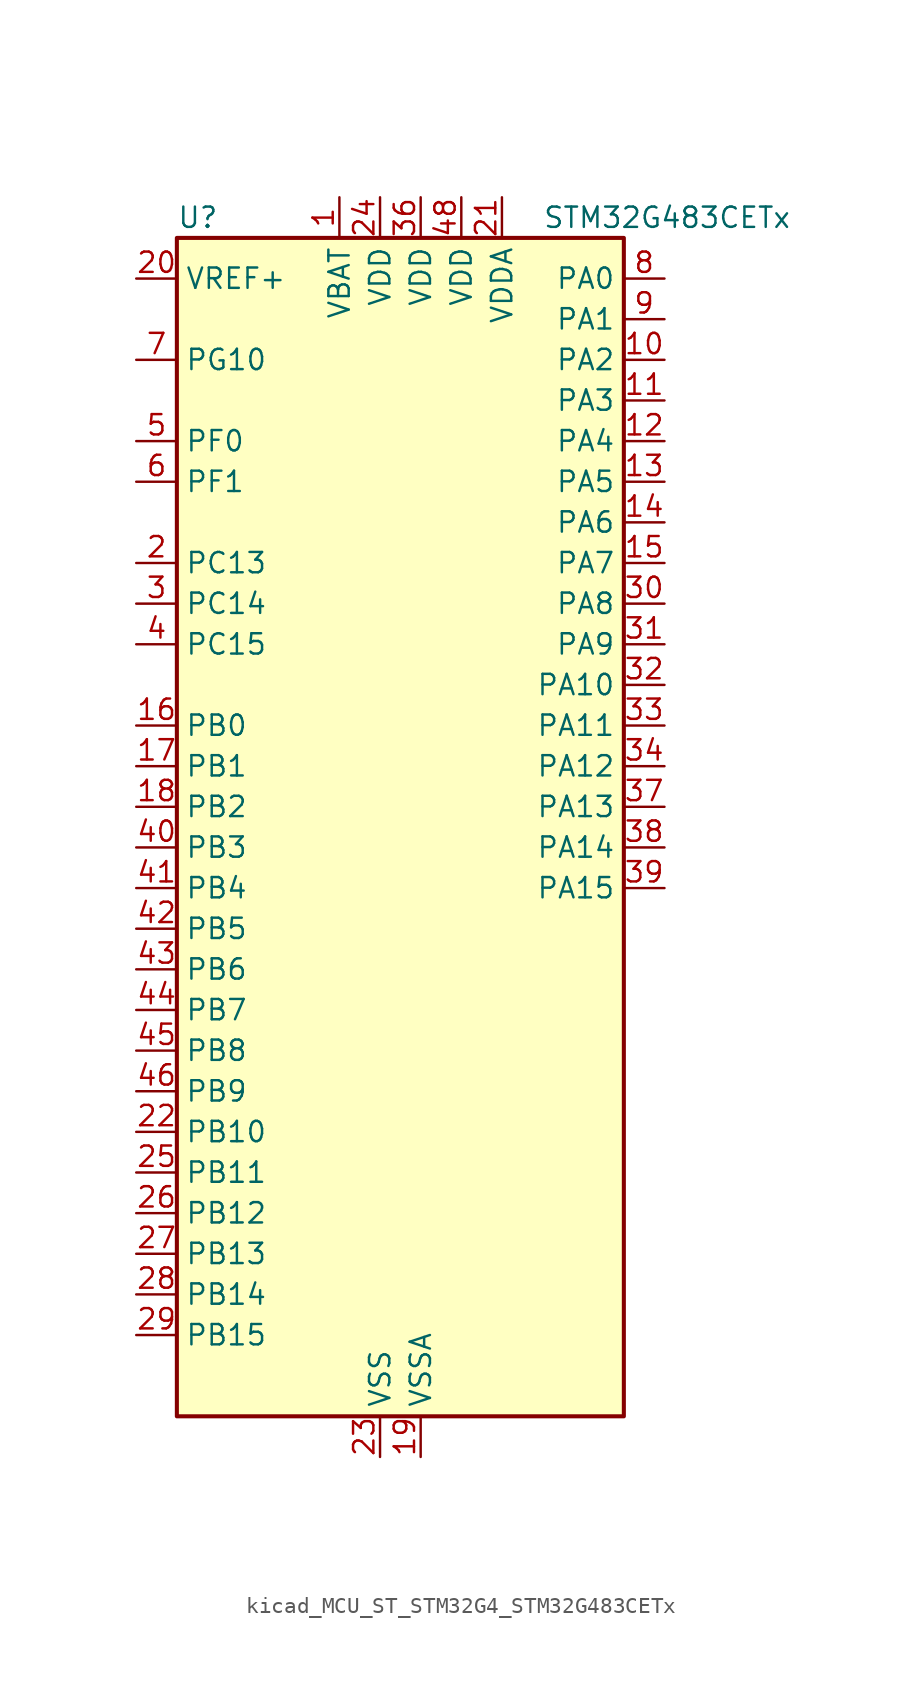
<source format=kicad_sym>
(kicad_symbol_lib
  (version 20220914)
  (generator kicad_symbol_editor)
  (symbol "kicad_MCU_ST_STM32G4_STM32G483CETx"
    (property "Reference" "U"
      (at -12.7 39.37 0)
      (effects (font (size 1.27 1.27)) (justify left)))
    (property "Value" "STM32G483CETx"
      (at 10.16 39.37 0)
      (effects (font (size 1.27 1.27)) (justify left)))
    (property "ki_locked" ""
      (at 0 0 0)
      (effects (font (size 1.27 1.27))))
    (symbol "kicad_MCU_ST_STM32G4_STM32G483CETx_0_1"
      (rectangle (start -12.7 -35.56) (end 15.24 38.1) (stroke (width 0.254) (type default)) (fill (type background))))
    (symbol "kicad_MCU_ST_STM32G4_STM32G483CETx_1_1"
      (pin power_in line (at -2.54 40.64 270) (length 2.54) (name "VBAT" (effects (font (size 1.27 1.27)))) (number "1" (effects (font (size 1.27 1.27)))))
      (pin bidirectional line (at 17.78 30.48 180) (length 2.54) (name "PA2" (effects (font (size 1.27 1.27)))) (number "10" (effects (font (size 1.27 1.27)))) (alternate "ADC1_IN3" bidirectional line) (alternate "ADC3_EXTI2" bidirectional line) (alternate "ADC4_EXTI2" bidirectional line) (alternate "ADC5_EXTI2" bidirectional line) (alternate "COMP2_INM" bidirectional line) (alternate "COMP2_OUT" bidirectional line) (alternate "LPUART1_TX" bidirectional line) (alternate "OPAMP1_VOUT" bidirectional line) (alternate "QUADSPI1_BK1_NCS" bidirectional line) (alternate "RCC_LSCO" bidirectional line) (alternate "SYS_WKUP4" bidirectional line) (alternate "TIM15_CH1" bidirectional line) (alternate "TIM2_CH3" bidirectional line) (alternate "TIM5_CH3" bidirectional line) (alternate "UCPD1_FRSTX1" bidirectional line) (alternate "UCPD1_FRSTX2" bidirectional line) (alternate "USART2_TX" bidirectional line))
      (pin bidirectional line (at 17.78 27.94 180) (length 2.54) (name "PA3" (effects (font (size 1.27 1.27)))) (number "11" (effects (font (size 1.27 1.27)))) (alternate "ADC1_IN4" bidirectional line) (alternate "ADC3_EXTI3" bidirectional line) (alternate "ADC4_EXTI3" bidirectional line) (alternate "ADC5_EXTI3" bidirectional line) (alternate "COMP2_INP" bidirectional line) (alternate "LPUART1_RX" bidirectional line) (alternate "OPAMP1_VINM" bidirectional line) (alternate "OPAMP1_VINM0" bidirectional line) (alternate "OPAMP1_VINM_SEC" bidirectional line) (alternate "OPAMP1_VINP" bidirectional line) (alternate "OPAMP1_VINP_SEC" bidirectional line) (alternate "OPAMP5_VINM" bidirectional line) (alternate "OPAMP5_VINM1" bidirectional line) (alternate "OPAMP5_VINM_SEC" bidirectional line) (alternate "QUADSPI1_CLK" bidirectional line) (alternate "SAI1_CK1" bidirectional line) (alternate "SAI1_MCLK_A" bidirectional line) (alternate "TIM15_CH2" bidirectional line) (alternate "TIM2_CH4" bidirectional line) (alternate "TIM5_CH4" bidirectional line) (alternate "USART2_RX" bidirectional line))
      (pin bidirectional line (at 17.78 25.4 180) (length 2.54) (name "PA4" (effects (font (size 1.27 1.27)))) (number "12" (effects (font (size 1.27 1.27)))) (alternate "ADC2_IN17" bidirectional line) (alternate "COMP1_INM" bidirectional line) (alternate "DAC1_OUT1" bidirectional line) (alternate "I2S3_WS" bidirectional line) (alternate "SAI1_FS_B" bidirectional line) (alternate "SPI1_NSS" bidirectional line) (alternate "SPI3_NSS" bidirectional line) (alternate "TIM3_CH2" bidirectional line) (alternate "USART2_CK" bidirectional line))
      (pin bidirectional line (at 17.78 22.86 180) (length 2.54) (name "PA5" (effects (font (size 1.27 1.27)))) (number "13" (effects (font (size 1.27 1.27)))) (alternate "ADC2_IN13" bidirectional line) (alternate "COMP2_INM" bidirectional line) (alternate "DAC1_OUT2" bidirectional line) (alternate "OPAMP2_VINM" bidirectional line) (alternate "OPAMP2_VINM0" bidirectional line) (alternate "OPAMP2_VINM_SEC" bidirectional line) (alternate "SPI1_SCK" bidirectional line) (alternate "TIM2_CH1" bidirectional line) (alternate "TIM2_ETR" bidirectional line) (alternate "UCPD1_FRSTX1" bidirectional line) (alternate "UCPD1_FRSTX2" bidirectional line))
      (pin bidirectional line (at 17.78 20.32 180) (length 2.54) (name "PA6" (effects (font (size 1.27 1.27)))) (number "14" (effects (font (size 1.27 1.27)))) (alternate "ADC2_IN3" bidirectional line) (alternate "COMP1_OUT" bidirectional line) (alternate "DAC2_OUT1" bidirectional line) (alternate "LPUART1_CTS" bidirectional line) (alternate "OPAMP2_VOUT" bidirectional line) (alternate "QUADSPI1_BK1_IO3" bidirectional line) (alternate "SPI1_MISO" bidirectional line) (alternate "TIM16_CH1" bidirectional line) (alternate "TIM1_BKIN" bidirectional line) (alternate "TIM3_CH1" bidirectional line) (alternate "TIM8_BKIN" bidirectional line))
      (pin bidirectional line (at 17.78 17.78 180) (length 2.54) (name "PA7" (effects (font (size 1.27 1.27)))) (number "15" (effects (font (size 1.27 1.27)))) (alternate "ADC2_IN4" bidirectional line) (alternate "COMP2_INP" bidirectional line) (alternate "COMP2_OUT" bidirectional line) (alternate "OPAMP1_VINP" bidirectional line) (alternate "OPAMP1_VINP_SEC" bidirectional line) (alternate "OPAMP2_VINP" bidirectional line) (alternate "OPAMP2_VINP_SEC" bidirectional line) (alternate "QUADSPI1_BK1_IO2" bidirectional line) (alternate "SPI1_MOSI" bidirectional line) (alternate "TIM17_CH1" bidirectional line) (alternate "TIM1_CH1N" bidirectional line) (alternate "TIM3_CH2" bidirectional line) (alternate "TIM8_CH1N" bidirectional line) (alternate "UCPD1_FRSTX1" bidirectional line) (alternate "UCPD1_FRSTX2" bidirectional line))
      (pin bidirectional line (at -15.24 7.62 0) (length 2.54) (name "PB0" (effects (font (size 1.27 1.27)))) (number "16" (effects (font (size 1.27 1.27)))) (alternate "ADC1_IN15" bidirectional line) (alternate "ADC3_IN12" bidirectional line) (alternate "COMP4_INP" bidirectional line) (alternate "OPAMP2_VINP" bidirectional line) (alternate "OPAMP2_VINP_SEC" bidirectional line) (alternate "OPAMP3_VINP" bidirectional line) (alternate "OPAMP3_VINP_SEC" bidirectional line) (alternate "QUADSPI1_BK1_IO1" bidirectional line) (alternate "TIM1_CH2N" bidirectional line) (alternate "TIM3_CH3" bidirectional line) (alternate "TIM8_CH2N" bidirectional line) (alternate "UCPD1_FRSTX1" bidirectional line) (alternate "UCPD1_FRSTX2" bidirectional line))
      (pin bidirectional line (at -15.24 5.08 0) (length 2.54) (name "PB1" (effects (font (size 1.27 1.27)))) (number "17" (effects (font (size 1.27 1.27)))) (alternate "ADC1_IN12" bidirectional line) (alternate "ADC3_IN1" bidirectional line) (alternate "COMP1_INP" bidirectional line) (alternate "COMP4_OUT" bidirectional line) (alternate "LPUART1_DE" bidirectional line) (alternate "LPUART1_RTS" bidirectional line) (alternate "OPAMP3_VOUT" bidirectional line) (alternate "OPAMP6_VINM" bidirectional line) (alternate "OPAMP6_VINM1" bidirectional line) (alternate "OPAMP6_VINM_SEC" bidirectional line) (alternate "QUADSPI1_BK1_IO0" bidirectional line) (alternate "TIM1_CH3N" bidirectional line) (alternate "TIM3_CH4" bidirectional line) (alternate "TIM8_CH3N" bidirectional line))
      (pin bidirectional line (at -15.24 2.54 0) (length 2.54) (name "PB2" (effects (font (size 1.27 1.27)))) (number "18" (effects (font (size 1.27 1.27)))) (alternate "ADC2_IN12" bidirectional line) (alternate "ADC3_EXTI2" bidirectional line) (alternate "ADC4_EXTI2" bidirectional line) (alternate "ADC5_EXTI2" bidirectional line) (alternate "COMP4_INM" bidirectional line) (alternate "I2C3_SMBA" bidirectional line) (alternate "LPTIM1_OUT" bidirectional line) (alternate "OPAMP3_VINM" bidirectional line) (alternate "OPAMP3_VINM0" bidirectional line) (alternate "OPAMP3_VINM_SEC" bidirectional line) (alternate "QUADSPI1_BK2_IO1" bidirectional line) (alternate "RTC_OUT2" bidirectional line) (alternate "TIM20_CH1" bidirectional line) (alternate "TIM5_CH1" bidirectional line))
      (pin power_in line (at 2.54 -38.1 90) (length 2.54) (name "VSSA" (effects (font (size 1.27 1.27)))) (number "19" (effects (font (size 1.27 1.27)))))
      (pin bidirectional line (at -15.24 17.78 0) (length 2.54) (name "PC13" (effects (font (size 1.27 1.27)))) (number "2" (effects (font (size 1.27 1.27)))) (alternate "RTC_OUT1" bidirectional line) (alternate "RTC_TAMP1" bidirectional line) (alternate "RTC_TS" bidirectional line) (alternate "SYS_WKUP2" bidirectional line) (alternate "TIM1_BKIN" bidirectional line) (alternate "TIM1_CH1N" bidirectional line) (alternate "TIM8_CH4N" bidirectional line))
      (pin input line (at -15.24 35.56 0) (length 2.54) (name "VREF+" (effects (font (size 1.27 1.27)))) (number "20" (effects (font (size 1.27 1.27)))) (alternate "VREFBUF_OUT" bidirectional line))
      (pin power_in line (at 7.62 40.64 270) (length 2.54) (name "VDDA" (effects (font (size 1.27 1.27)))) (number "21" (effects (font (size 1.27 1.27)))))
      (pin bidirectional line (at -15.24 -17.78 0) (length 2.54) (name "PB10" (effects (font (size 1.27 1.27)))) (number "22" (effects (font (size 1.27 1.27)))) (alternate "COMP5_INM" bidirectional line) (alternate "DAC1_EXTI10" bidirectional line) (alternate "DAC2_EXTI10" bidirectional line) (alternate "DAC3_EXTI10" bidirectional line) (alternate "DAC4_EXTI10" bidirectional line) (alternate "LPUART1_RX" bidirectional line) (alternate "OPAMP3_VINM" bidirectional line) (alternate "OPAMP3_VINM1" bidirectional line) (alternate "OPAMP3_VINM_SEC" bidirectional line) (alternate "OPAMP4_VINM" bidirectional line) (alternate "OPAMP4_VINM0" bidirectional line) (alternate "OPAMP4_VINM_SEC" bidirectional line) (alternate "QUADSPI1_CLK" bidirectional line) (alternate "SAI1_SCK_A" bidirectional line) (alternate "TIM1_BKIN" bidirectional line) (alternate "TIM2_CH3" bidirectional line) (alternate "USART3_TX" bidirectional line))
      (pin power_in line (at 0 -38.1 90) (length 2.54) (name "VSS" (effects (font (size 1.27 1.27)))) (number "23" (effects (font (size 1.27 1.27)))))
      (pin power_in line (at 0 40.64 270) (length 2.54) (name "VDD" (effects (font (size 1.27 1.27)))) (number "24" (effects (font (size 1.27 1.27)))))
      (pin bidirectional line (at -15.24 -20.32 0) (length 2.54) (name "PB11" (effects (font (size 1.27 1.27)))) (number "25" (effects (font (size 1.27 1.27)))) (alternate "ADC1_EXTI11" bidirectional line) (alternate "ADC1_IN14" bidirectional line) (alternate "ADC2_EXTI11" bidirectional line) (alternate "ADC2_IN14" bidirectional line) (alternate "COMP6_INP" bidirectional line) (alternate "LPUART1_TX" bidirectional line) (alternate "OPAMP4_VINP" bidirectional line) (alternate "OPAMP4_VINP_SEC" bidirectional line) (alternate "OPAMP6_VOUT" bidirectional line) (alternate "QUADSPI1_BK1_NCS" bidirectional line) (alternate "TIM2_CH4" bidirectional line) (alternate "USART3_RX" bidirectional line))
      (pin bidirectional line (at -15.24 -22.86 0) (length 2.54) (name "PB12" (effects (font (size 1.27 1.27)))) (number "26" (effects (font (size 1.27 1.27)))) (alternate "ADC1_IN11" bidirectional line) (alternate "ADC4_IN3" bidirectional line) (alternate "COMP7_INM" bidirectional line) (alternate "FDCAN2_RX" bidirectional line) (alternate "I2C2_SMBA" bidirectional line) (alternate "I2S2_WS" bidirectional line) (alternate "LPUART1_DE" bidirectional line) (alternate "LPUART1_RTS" bidirectional line) (alternate "OPAMP4_VOUT" bidirectional line) (alternate "OPAMP6_VINP" bidirectional line) (alternate "OPAMP6_VINP_SEC" bidirectional line) (alternate "SPI2_NSS" bidirectional line) (alternate "TIM1_BKIN" bidirectional line) (alternate "TIM5_ETR" bidirectional line) (alternate "USART3_CK" bidirectional line))
      (pin bidirectional line (at -15.24 -25.4 0) (length 2.54) (name "PB13" (effects (font (size 1.27 1.27)))) (number "27" (effects (font (size 1.27 1.27)))) (alternate "ADC3_IN5" bidirectional line) (alternate "COMP5_INP" bidirectional line) (alternate "FDCAN2_TX" bidirectional line) (alternate "I2S2_CK" bidirectional line) (alternate "LPUART1_CTS" bidirectional line) (alternate "OPAMP3_VINP" bidirectional line) (alternate "OPAMP3_VINP_SEC" bidirectional line) (alternate "OPAMP4_VINP" bidirectional line) (alternate "OPAMP4_VINP_SEC" bidirectional line) (alternate "OPAMP6_VINP" bidirectional line) (alternate "OPAMP6_VINP_SEC" bidirectional line) (alternate "SPI2_SCK" bidirectional line) (alternate "TIM1_CH1N" bidirectional line) (alternate "USART3_CTS" bidirectional line) (alternate "USART3_NSS" bidirectional line))
      (pin bidirectional line (at -15.24 -27.94 0) (length 2.54) (name "PB14" (effects (font (size 1.27 1.27)))) (number "28" (effects (font (size 1.27 1.27)))) (alternate "ADC1_IN5" bidirectional line) (alternate "ADC4_IN4" bidirectional line) (alternate "COMP4_OUT" bidirectional line) (alternate "COMP7_INP" bidirectional line) (alternate "OPAMP2_VINP" bidirectional line) (alternate "OPAMP2_VINP_SEC" bidirectional line) (alternate "OPAMP5_VINP" bidirectional line) (alternate "OPAMP5_VINP_SEC" bidirectional line) (alternate "SPI2_MISO" bidirectional line) (alternate "TIM15_CH1" bidirectional line) (alternate "TIM1_CH2N" bidirectional line) (alternate "USART3_DE" bidirectional line) (alternate "USART3_RTS" bidirectional line))
      (pin bidirectional line (at -15.24 -30.48 0) (length 2.54) (name "PB15" (effects (font (size 1.27 1.27)))) (number "29" (effects (font (size 1.27 1.27)))) (alternate "ADC1_EXTI15" bidirectional line) (alternate "ADC2_EXTI15" bidirectional line) (alternate "ADC2_IN15" bidirectional line) (alternate "ADC4_IN5" bidirectional line) (alternate "COMP3_OUT" bidirectional line) (alternate "COMP6_INM" bidirectional line) (alternate "I2S2_SD" bidirectional line) (alternate "OPAMP5_VINM" bidirectional line) (alternate "OPAMP5_VINM0" bidirectional line) (alternate "OPAMP5_VINM_SEC" bidirectional line) (alternate "RTC_REFIN" bidirectional line) (alternate "SPI2_MOSI" bidirectional line) (alternate "TIM15_CH1N" bidirectional line) (alternate "TIM15_CH2" bidirectional line) (alternate "TIM1_CH3N" bidirectional line))
      (pin bidirectional line (at -15.24 15.24 0) (length 2.54) (name "PC14" (effects (font (size 1.27 1.27)))) (number "3" (effects (font (size 1.27 1.27)))) (alternate "RCC_OSC32_IN" bidirectional line))
      (pin bidirectional line (at 17.78 15.24 180) (length 2.54) (name "PA8" (effects (font (size 1.27 1.27)))) (number "30" (effects (font (size 1.27 1.27)))) (alternate "ADC5_IN1" bidirectional line) (alternate "COMP7_OUT" bidirectional line) (alternate "FDCAN3_RX" bidirectional line) (alternate "I2C2_SDA" bidirectional line) (alternate "I2C3_SCL" bidirectional line) (alternate "I2S2_MCK" bidirectional line) (alternate "OPAMP5_VOUT" bidirectional line) (alternate "RCC_MCO" bidirectional line) (alternate "SAI1_CK2" bidirectional line) (alternate "SAI1_SCK_A" bidirectional line) (alternate "TIM1_CH1" bidirectional line) (alternate "TIM4_ETR" bidirectional line) (alternate "USART1_CK" bidirectional line))
      (pin bidirectional line (at 17.78 12.7 180) (length 2.54) (name "PA9" (effects (font (size 1.27 1.27)))) (number "31" (effects (font (size 1.27 1.27)))) (alternate "ADC5_IN2" bidirectional line) (alternate "COMP5_OUT" bidirectional line) (alternate "DAC1_EXTI9" bidirectional line) (alternate "DAC2_EXTI9" bidirectional line) (alternate "DAC3_EXTI9" bidirectional line) (alternate "DAC4_EXTI9" bidirectional line) (alternate "I2C2_SCL" bidirectional line) (alternate "I2C3_SMBA" bidirectional line) (alternate "I2S3_MCK" bidirectional line) (alternate "SAI1_FS_A" bidirectional line) (alternate "TIM15_BKIN" bidirectional line) (alternate "TIM1_CH2" bidirectional line) (alternate "TIM2_CH3" bidirectional line) (alternate "UCPD1_DBCC1" bidirectional line) (alternate "USART1_TX" bidirectional line))
      (pin bidirectional line (at 17.78 10.16 180) (length 2.54) (name "PA10" (effects (font (size 1.27 1.27)))) (number "32" (effects (font (size 1.27 1.27)))) (alternate "COMP6_OUT" bidirectional line) (alternate "CRS_SYNC" bidirectional line) (alternate "DAC1_EXTI10" bidirectional line) (alternate "DAC2_EXTI10" bidirectional line) (alternate "DAC3_EXTI10" bidirectional line) (alternate "DAC4_EXTI10" bidirectional line) (alternate "I2C2_SMBA" bidirectional line) (alternate "SAI1_D1" bidirectional line) (alternate "SAI1_SD_A" bidirectional line) (alternate "SPI2_MISO" bidirectional line) (alternate "TIM17_BKIN" bidirectional line) (alternate "TIM1_CH3" bidirectional line) (alternate "TIM2_CH4" bidirectional line) (alternate "TIM8_BKIN" bidirectional line) (alternate "UCPD1_DBCC2" bidirectional line) (alternate "USART1_RX" bidirectional line))
      (pin bidirectional line (at 17.78 7.62 180) (length 2.54) (name "PA11" (effects (font (size 1.27 1.27)))) (number "33" (effects (font (size 1.27 1.27)))) (alternate "ADC1_EXTI11" bidirectional line) (alternate "ADC2_EXTI11" bidirectional line) (alternate "COMP1_OUT" bidirectional line) (alternate "FDCAN1_RX" bidirectional line) (alternate "I2S2_SD" bidirectional line) (alternate "SPI2_MOSI" bidirectional line) (alternate "TIM1_BKIN2" bidirectional line) (alternate "TIM1_CH1N" bidirectional line) (alternate "TIM1_CH4" bidirectional line) (alternate "TIM4_CH1" bidirectional line) (alternate "USART1_CTS" bidirectional line) (alternate "USART1_NSS" bidirectional line) (alternate "USB_DM" bidirectional line))
      (pin bidirectional line (at 17.78 5.08 180) (length 2.54) (name "PA12" (effects (font (size 1.27 1.27)))) (number "34" (effects (font (size 1.27 1.27)))) (alternate "COMP2_OUT" bidirectional line) (alternate "FDCAN1_TX" bidirectional line) (alternate "I2S_CKIN" bidirectional line) (alternate "TIM16_CH1" bidirectional line) (alternate "TIM1_CH2N" bidirectional line) (alternate "TIM1_ETR" bidirectional line) (alternate "TIM4_CH2" bidirectional line) (alternate "USART1_DE" bidirectional line) (alternate "USART1_RTS" bidirectional line) (alternate "USB_DP" bidirectional line))
      (pin passive line (at 0 -38.1 90) (length 2.54) hide (name "VSS" (effects (font (size 1.27 1.27)))) (number "35" (effects (font (size 1.27 1.27)))))
      (pin power_in line (at 2.54 40.64 270) (length 2.54) (name "VDD" (effects (font (size 1.27 1.27)))) (number "36" (effects (font (size 1.27 1.27)))))
      (pin bidirectional line (at 17.78 2.54 180) (length 2.54) (name "PA13" (effects (font (size 1.27 1.27)))) (number "37" (effects (font (size 1.27 1.27)))) (alternate "I2C1_SCL" bidirectional line) (alternate "I2C4_SCL" bidirectional line) (alternate "IR_OUT" bidirectional line) (alternate "SAI1_SD_B" bidirectional line) (alternate "SYS_JTMS-SWDIO" bidirectional line) (alternate "TIM16_CH1N" bidirectional line) (alternate "TIM4_CH3" bidirectional line) (alternate "USART3_CTS" bidirectional line) (alternate "USART3_NSS" bidirectional line))
      (pin bidirectional line (at 17.78 0 180) (length 2.54) (name "PA14" (effects (font (size 1.27 1.27)))) (number "38" (effects (font (size 1.27 1.27)))) (alternate "I2C1_SDA" bidirectional line) (alternate "I2C4_SMBA" bidirectional line) (alternate "LPTIM1_OUT" bidirectional line) (alternate "SAI1_FS_B" bidirectional line) (alternate "SYS_JTCK-SWCLK" bidirectional line) (alternate "TIM1_BKIN" bidirectional line) (alternate "TIM8_CH2" bidirectional line) (alternate "USART2_TX" bidirectional line))
      (pin bidirectional line (at 17.78 -2.54 180) (length 2.54) (name "PA15" (effects (font (size 1.27 1.27)))) (number "39" (effects (font (size 1.27 1.27)))) (alternate "ADC1_EXTI15" bidirectional line) (alternate "ADC2_EXTI15" bidirectional line) (alternate "FDCAN3_TX" bidirectional line) (alternate "I2C1_SCL" bidirectional line) (alternate "I2S3_WS" bidirectional line) (alternate "SPI1_NSS" bidirectional line) (alternate "SPI3_NSS" bidirectional line) (alternate "SYS_JTDI" bidirectional line) (alternate "TIM1_BKIN" bidirectional line) (alternate "TIM2_CH1" bidirectional line) (alternate "TIM2_ETR" bidirectional line) (alternate "TIM8_CH1" bidirectional line) (alternate "USART2_RX" bidirectional line))
      (pin bidirectional line (at -15.24 12.7 0) (length 2.54) (name "PC15" (effects (font (size 1.27 1.27)))) (number "4" (effects (font (size 1.27 1.27)))) (alternate "ADC1_EXTI15" bidirectional line) (alternate "ADC2_EXTI15" bidirectional line) (alternate "RCC_OSC32_OUT" bidirectional line))
      (pin bidirectional line (at -15.24 0 0) (length 2.54) (name "PB3" (effects (font (size 1.27 1.27)))) (number "40" (effects (font (size 1.27 1.27)))) (alternate "ADC3_EXTI3" bidirectional line) (alternate "ADC4_EXTI3" bidirectional line) (alternate "ADC5_EXTI3" bidirectional line) (alternate "CRS_SYNC" bidirectional line) (alternate "FDCAN3_RX" bidirectional line) (alternate "I2S3_CK" bidirectional line) (alternate "SAI1_SCK_B" bidirectional line) (alternate "SPI1_SCK" bidirectional line) (alternate "SPI3_SCK" bidirectional line) (alternate "SYS_JTDO-SWO" bidirectional line) (alternate "TIM2_CH2" bidirectional line) (alternate "TIM3_ETR" bidirectional line) (alternate "TIM4_ETR" bidirectional line) (alternate "TIM8_CH1N" bidirectional line) (alternate "USART2_TX" bidirectional line))
      (pin bidirectional line (at -15.24 -2.54 0) (length 2.54) (name "PB4" (effects (font (size 1.27 1.27)))) (number "41" (effects (font (size 1.27 1.27)))) (alternate "FDCAN3_TX" bidirectional line) (alternate "SAI1_MCLK_B" bidirectional line) (alternate "SPI1_MISO" bidirectional line) (alternate "SPI3_MISO" bidirectional line) (alternate "SYS_JTRST" bidirectional line) (alternate "TIM16_CH1" bidirectional line) (alternate "TIM17_BKIN" bidirectional line) (alternate "TIM3_CH1" bidirectional line) (alternate "TIM8_CH2N" bidirectional line) (alternate "UCPD1_CC2" bidirectional line) (alternate "USART2_RX" bidirectional line))
      (pin bidirectional line (at -15.24 -5.08 0) (length 2.54) (name "PB5" (effects (font (size 1.27 1.27)))) (number "42" (effects (font (size 1.27 1.27)))) (alternate "FDCAN2_RX" bidirectional line) (alternate "I2C1_SMBA" bidirectional line) (alternate "I2C3_SDA" bidirectional line) (alternate "I2S3_SD" bidirectional line) (alternate "LPTIM1_IN1" bidirectional line) (alternate "SAI1_SD_B" bidirectional line) (alternate "SPI1_MOSI" bidirectional line) (alternate "SPI3_MOSI" bidirectional line) (alternate "TIM16_BKIN" bidirectional line) (alternate "TIM17_CH1" bidirectional line) (alternate "TIM3_CH2" bidirectional line) (alternate "TIM8_CH3N" bidirectional line) (alternate "USART2_CK" bidirectional line))
      (pin bidirectional line (at -15.24 -7.62 0) (length 2.54) (name "PB6" (effects (font (size 1.27 1.27)))) (number "43" (effects (font (size 1.27 1.27)))) (alternate "COMP4_OUT" bidirectional line) (alternate "FDCAN2_TX" bidirectional line) (alternate "LPTIM1_ETR" bidirectional line) (alternate "SAI1_FS_B" bidirectional line) (alternate "TIM16_CH1N" bidirectional line) (alternate "TIM4_CH1" bidirectional line) (alternate "TIM8_BKIN2" bidirectional line) (alternate "TIM8_CH1" bidirectional line) (alternate "TIM8_ETR" bidirectional line) (alternate "UCPD1_CC1" bidirectional line) (alternate "USART1_TX" bidirectional line))
      (pin bidirectional line (at -15.24 -10.16 0) (length 2.54) (name "PB7" (effects (font (size 1.27 1.27)))) (number "44" (effects (font (size 1.27 1.27)))) (alternate "COMP3_OUT" bidirectional line) (alternate "I2C1_SDA" bidirectional line) (alternate "I2C4_SDA" bidirectional line) (alternate "LPTIM1_IN2" bidirectional line) (alternate "SYS_PVD_IN" bidirectional line) (alternate "TIM17_CH1N" bidirectional line) (alternate "TIM3_CH4" bidirectional line) (alternate "TIM4_CH2" bidirectional line) (alternate "TIM8_BKIN" bidirectional line) (alternate "USART1_RX" bidirectional line))
      (pin bidirectional line (at -15.24 -12.7 0) (length 2.54) (name "PB8" (effects (font (size 1.27 1.27)))) (number "45" (effects (font (size 1.27 1.27)))) (alternate "COMP1_OUT" bidirectional line) (alternate "FDCAN1_RX" bidirectional line) (alternate "I2C1_SCL" bidirectional line) (alternate "SAI1_CK1" bidirectional line) (alternate "SAI1_MCLK_A" bidirectional line) (alternate "TIM16_CH1" bidirectional line) (alternate "TIM1_BKIN" bidirectional line) (alternate "TIM4_CH3" bidirectional line) (alternate "TIM8_CH2" bidirectional line) (alternate "USART3_RX" bidirectional line))
      (pin bidirectional line (at -15.24 -15.24 0) (length 2.54) (name "PB9" (effects (font (size 1.27 1.27)))) (number "46" (effects (font (size 1.27 1.27)))) (alternate "COMP2_OUT" bidirectional line) (alternate "DAC1_EXTI9" bidirectional line) (alternate "DAC2_EXTI9" bidirectional line) (alternate "DAC3_EXTI9" bidirectional line) (alternate "DAC4_EXTI9" bidirectional line) (alternate "FDCAN1_TX" bidirectional line) (alternate "I2C1_SDA" bidirectional line) (alternate "IR_OUT" bidirectional line) (alternate "SAI1_D2" bidirectional line) (alternate "SAI1_FS_A" bidirectional line) (alternate "TIM17_CH1" bidirectional line) (alternate "TIM1_CH3N" bidirectional line) (alternate "TIM4_CH4" bidirectional line) (alternate "TIM8_CH3" bidirectional line) (alternate "USART3_TX" bidirectional line))
      (pin passive line (at 0 -38.1 90) (length 2.54) hide (name "VSS" (effects (font (size 1.27 1.27)))) (number "47" (effects (font (size 1.27 1.27)))))
      (pin power_in line (at 5.08 40.64 270) (length 2.54) (name "VDD" (effects (font (size 1.27 1.27)))) (number "48" (effects (font (size 1.27 1.27)))))
      (pin bidirectional line (at -15.24 25.4 0) (length 2.54) (name "PF0" (effects (font (size 1.27 1.27)))) (number "5" (effects (font (size 1.27 1.27)))) (alternate "ADC1_IN10" bidirectional line) (alternate "I2C2_SDA" bidirectional line) (alternate "I2S2_WS" bidirectional line) (alternate "RCC_OSC_IN" bidirectional line) (alternate "SPI2_NSS" bidirectional line) (alternate "TIM1_CH3N" bidirectional line))
      (pin bidirectional line (at -15.24 22.86 0) (length 2.54) (name "PF1" (effects (font (size 1.27 1.27)))) (number "6" (effects (font (size 1.27 1.27)))) (alternate "ADC2_IN10" bidirectional line) (alternate "COMP3_INM" bidirectional line) (alternate "I2S2_CK" bidirectional line) (alternate "RCC_OSC_OUT" bidirectional line) (alternate "SPI2_SCK" bidirectional line))
      (pin bidirectional line (at -15.24 30.48 0) (length 2.54) (name "PG10" (effects (font (size 1.27 1.27)))) (number "7" (effects (font (size 1.27 1.27)))) (alternate "DAC1_EXTI10" bidirectional line) (alternate "DAC2_EXTI10" bidirectional line) (alternate "DAC3_EXTI10" bidirectional line) (alternate "DAC4_EXTI10" bidirectional line) (alternate "RCC_MCO" bidirectional line))
      (pin bidirectional line (at 17.78 35.56 180) (length 2.54) (name "PA0" (effects (font (size 1.27 1.27)))) (number "8" (effects (font (size 1.27 1.27)))) (alternate "ADC1_IN1" bidirectional line) (alternate "ADC2_IN1" bidirectional line) (alternate "COMP1_INM" bidirectional line) (alternate "COMP1_OUT" bidirectional line) (alternate "COMP3_INP" bidirectional line) (alternate "RTC_TAMP2" bidirectional line) (alternate "SYS_WKUP1" bidirectional line) (alternate "TIM2_CH1" bidirectional line) (alternate "TIM2_ETR" bidirectional line) (alternate "TIM5_CH1" bidirectional line) (alternate "TIM8_BKIN" bidirectional line) (alternate "TIM8_ETR" bidirectional line) (alternate "USART2_CTS" bidirectional line) (alternate "USART2_NSS" bidirectional line))
      (pin bidirectional line (at 17.78 33.02 180) (length 2.54) (name "PA1" (effects (font (size 1.27 1.27)))) (number "9" (effects (font (size 1.27 1.27)))) (alternate "ADC1_IN2" bidirectional line) (alternate "ADC2_IN2" bidirectional line) (alternate "COMP1_INP" bidirectional line) (alternate "OPAMP1_VINP" bidirectional line) (alternate "OPAMP1_VINP_SEC" bidirectional line) (alternate "OPAMP3_VINP" bidirectional line) (alternate "OPAMP3_VINP_SEC" bidirectional line) (alternate "OPAMP6_VINM" bidirectional line) (alternate "OPAMP6_VINM0" bidirectional line) (alternate "OPAMP6_VINM_SEC" bidirectional line) (alternate "RTC_REFIN" bidirectional line) (alternate "TIM15_CH1N" bidirectional line) (alternate "TIM2_CH2" bidirectional line) (alternate "TIM5_CH2" bidirectional line) (alternate "USART2_DE" bidirectional line) (alternate "USART2_RTS" bidirectional line)))))
</source>
